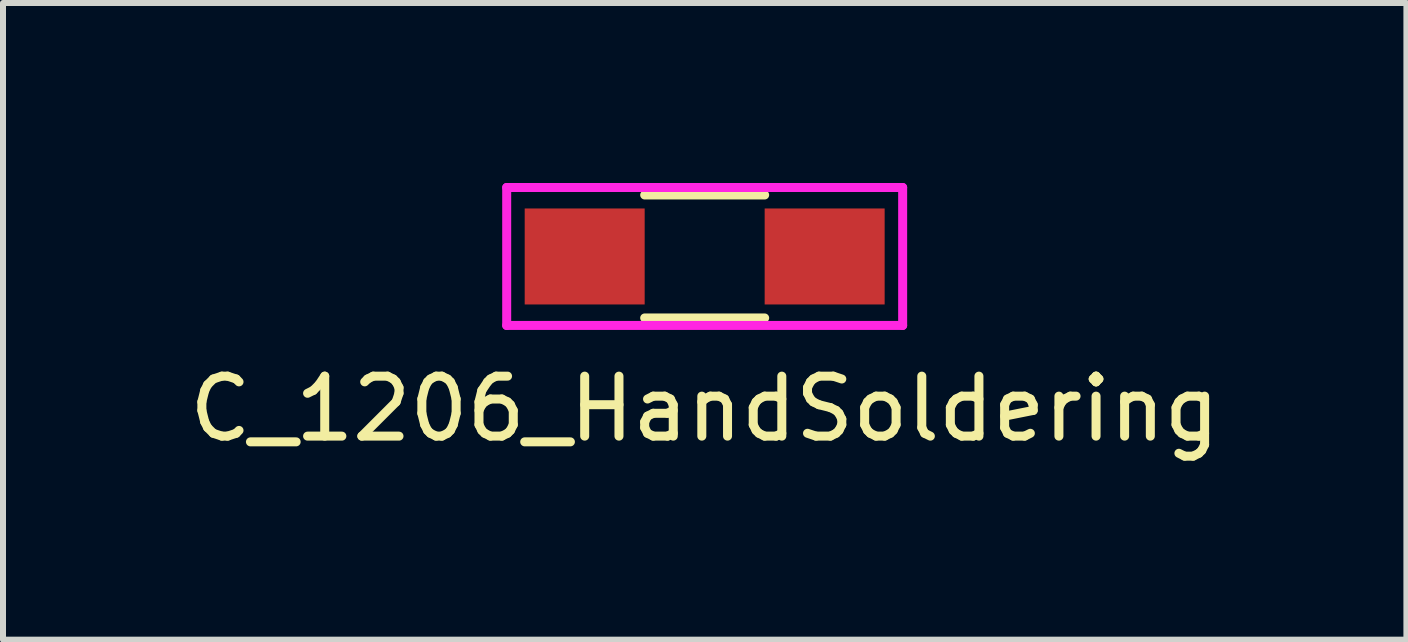
<source format=kicad_pcb>
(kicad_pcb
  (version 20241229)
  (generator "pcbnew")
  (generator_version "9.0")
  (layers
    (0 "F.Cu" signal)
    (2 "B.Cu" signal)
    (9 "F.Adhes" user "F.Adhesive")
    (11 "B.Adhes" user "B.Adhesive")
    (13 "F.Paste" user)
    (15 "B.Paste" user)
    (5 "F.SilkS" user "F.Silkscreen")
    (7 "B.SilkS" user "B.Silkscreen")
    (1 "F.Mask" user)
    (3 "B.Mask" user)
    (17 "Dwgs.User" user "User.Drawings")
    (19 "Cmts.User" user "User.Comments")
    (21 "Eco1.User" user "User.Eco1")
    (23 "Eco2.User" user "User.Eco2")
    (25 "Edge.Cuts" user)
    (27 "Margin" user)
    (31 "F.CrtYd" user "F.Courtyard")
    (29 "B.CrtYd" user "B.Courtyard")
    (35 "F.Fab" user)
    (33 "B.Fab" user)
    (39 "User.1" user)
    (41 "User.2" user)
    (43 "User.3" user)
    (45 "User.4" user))
  (footprint "C_1206_HandSoldering"
    (layer "F.Cu")
    (at 8.696 1.225)
    (property "Reference" "C_1206_HandSoldering" (at 0 2.54 0) (layer "F.SilkS") (effects (font (size 1 1) (thickness 0.15))))
    (attr through_hole)
    (fp_line (start 1 -1.025) (end -1 -1.025) (stroke (width 0.15) (type solid)) (layer "F.SilkS"))
    (fp_line (start 1 1.025) (end -1 1.025) (stroke (width 0.15) (type solid)) (layer "F.SilkS"))
    (fp_line (start -3.3 -1.15) (end -3.3 1.15) (stroke (width 0.15) (type solid)) (layer "F.CrtYd"))
    (fp_line (start -3.3 -1.15) (end 3.3 -1.15) (stroke (width 0.15) (type solid)) (layer "F.CrtYd"))
    (fp_line (start -3.3 1.15) (end 3.3 1.15) (stroke (width 0.15) (type solid)) (layer "F.CrtYd"))
    (fp_line (start 3.3 -1.15) (end 3.3 1.15) (stroke (width 0.15) (type solid)) (layer "F.CrtYd"))
    (pad "1" smd rect (at -2 0) (size 2 1.6) (layers "F.Cu" "F.Mask" "F.Paste"))
    (pad "2" smd rect (at 2 0) (size 2 1.6) (layers "F.Cu" "F.Mask" "F.Paste")))
  (gr_rect
    (start -3 -3)
    (end 20.393 7.613)
    (stroke (width 0.1) (type default))
    (fill no)
    (layer "Edge.Cuts")))
</source>
